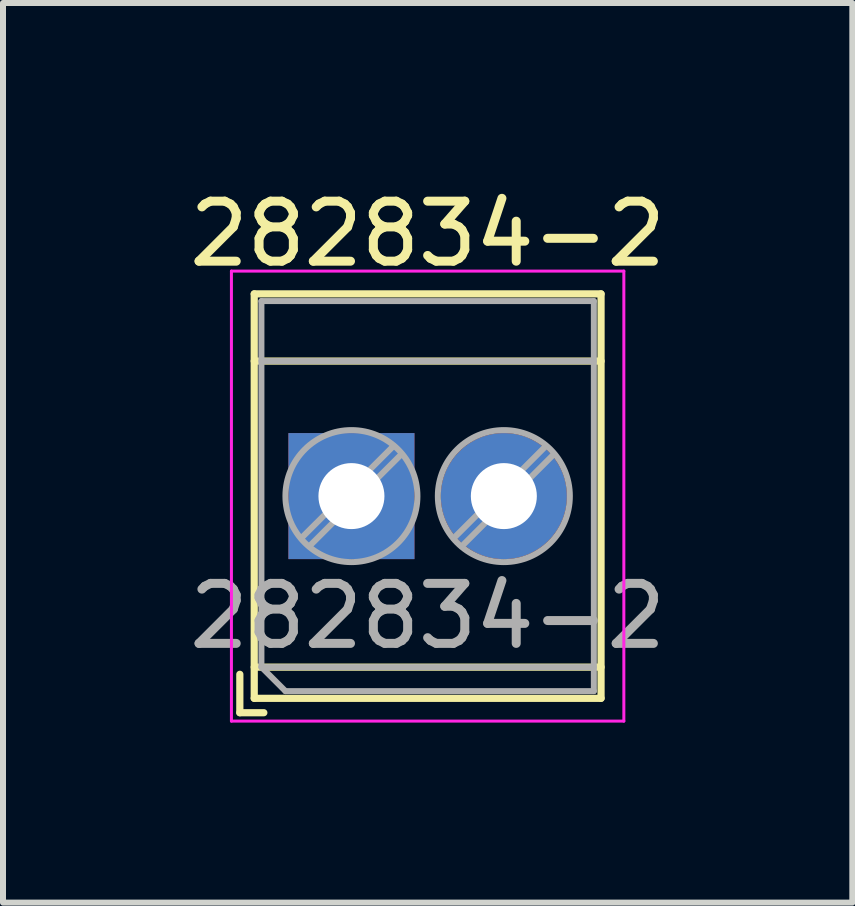
<source format=kicad_pcb>
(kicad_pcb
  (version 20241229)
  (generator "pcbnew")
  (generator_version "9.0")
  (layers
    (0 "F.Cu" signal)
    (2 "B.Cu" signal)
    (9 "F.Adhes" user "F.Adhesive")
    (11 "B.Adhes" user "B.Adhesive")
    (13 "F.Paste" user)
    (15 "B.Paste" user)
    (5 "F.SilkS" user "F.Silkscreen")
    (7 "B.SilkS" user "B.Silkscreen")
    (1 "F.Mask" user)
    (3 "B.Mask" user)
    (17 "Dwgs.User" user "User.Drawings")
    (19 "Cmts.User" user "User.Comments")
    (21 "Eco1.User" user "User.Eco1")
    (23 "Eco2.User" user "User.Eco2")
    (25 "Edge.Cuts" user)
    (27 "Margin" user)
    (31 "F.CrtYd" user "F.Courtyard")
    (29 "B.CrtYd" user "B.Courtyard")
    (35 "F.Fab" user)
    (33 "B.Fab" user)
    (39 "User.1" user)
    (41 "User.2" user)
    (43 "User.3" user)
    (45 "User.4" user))
  (footprint "282834-2"
    (layer "F.Cu")
    (at 2.807 5.218)
    (property "Reference" "282834-2" (at 1.27 -4.37 0) (layer "F.SilkS") (effects (font (size 1 1) (thickness 0.15))))
    (attr through_hole)
    (fp_line (start -1.86 2.97) (end -1.86 3.61) (stroke (width 0.12) (type solid)) (layer "F.SilkS"))
    (fp_line (start -1.86 3.61) (end -1.46 3.61) (stroke (width 0.12) (type solid)) (layer "F.SilkS"))
    (fp_line (start -1.62 -3.37) (end -1.62 3.37) (stroke (width 0.12) (type solid)) (layer "F.SilkS"))
    (fp_line (start -1.62 -3.37) (end 4.16 -3.37) (stroke (width 0.12) (type solid)) (layer "F.SilkS"))
    (fp_line (start -1.62 -2.25) (end 4.16 -2.25) (stroke (width 0.12) (type solid)) (layer "F.SilkS"))
    (fp_line (start -1.62 2.85) (end 4.16 2.85) (stroke (width 0.12) (type solid)) (layer "F.SilkS"))
    (fp_line (start -1.62 3.37) (end 4.16 3.37) (stroke (width 0.12) (type solid)) (layer "F.SilkS"))
    (fp_line (start 4.16 -3.37) (end 4.16 3.37) (stroke (width 0.12) (type solid)) (layer "F.SilkS"))
    (fp_line (start -2 -3.75) (end -2 3.75) (stroke (width 0.05) (type solid)) (layer "F.CrtYd"))
    (fp_line (start -2 3.75) (end 4.54 3.75) (stroke (width 0.05) (type solid)) (layer "F.CrtYd"))
    (fp_line (start 4.54 -3.75) (end -2 -3.75) (stroke (width 0.05) (type solid)) (layer "F.CrtYd"))
    (fp_line (start 4.54 3.75) (end 4.54 -3.75) (stroke (width 0.05) (type solid)) (layer "F.CrtYd"))
    (fp_line (start -1.5 -3.25) (end 4.04 -3.25) (stroke (width 0.1) (type solid)) (layer "F.Fab"))
    (fp_line (start -1.5 -2.25) (end 4.04 -2.25) (stroke (width 0.1) (type solid)) (layer "F.Fab"))
    (fp_line (start -1.5 2.85) (end -1.5 -3.25) (stroke (width 0.1) (type solid)) (layer "F.Fab"))
    (fp_line (start -1.5 2.85) (end 4.04 2.85) (stroke (width 0.1) (type solid)) (layer "F.Fab"))
    (fp_line (start -1.1 3.25) (end -1.5 2.85) (stroke (width 0.1) (type solid)) (layer "F.Fab"))
    (fp_line (start 0.701 -0.835) (end -0.835 0.7) (stroke (width 0.1) (type solid)) (layer "F.Fab"))
    (fp_line (start 0.835 -0.7) (end -0.701 0.835) (stroke (width 0.1) (type solid)) (layer "F.Fab"))
    (fp_line (start 3.241 -0.835) (end 1.706 0.7) (stroke (width 0.1) (type solid)) (layer "F.Fab"))
    (fp_line (start 3.375 -0.7) (end 1.84 0.835) (stroke (width 0.1) (type solid)) (layer "F.Fab"))
    (fp_line (start 4.04 -3.25) (end 4.04 3.25) (stroke (width 0.1) (type solid)) (layer "F.Fab"))
    (fp_line (start 4.04 3.25) (end -1.1 3.25) (stroke (width 0.1) (type solid)) (layer "F.Fab"))
    (fp_circle (center 0 0) (end 1.1 0) (stroke (width 0.1) (type solid)) (fill no) (layer "F.Fab"))
    (fp_circle (center 2.54 0) (end 3.64 0) (stroke (width 0.1) (type solid)) (fill no) (layer "F.Fab"))
    (fp_text user "${REFERENCE}" (at 1.27 2 0) (layer "F.Fab") (effects (font (size 1 1) (thickness 0.15))))
    (pad "1" thru_hole rect (at 0 0) (size 2.1 2.1) (drill 1.1) (layers "*.Cu" "*.Mask"))
    (pad "2" thru_hole circle (at 2.54 0) (size 2.1 2.1) (drill 1.1) (layers "*.Cu" "*.Mask")))
  (gr_rect
    (start -3 -3)
    (end 11.155 11.993)
    (stroke (width 0.1) (type default))
    (fill no)
    (layer "Edge.Cuts")))
</source>
